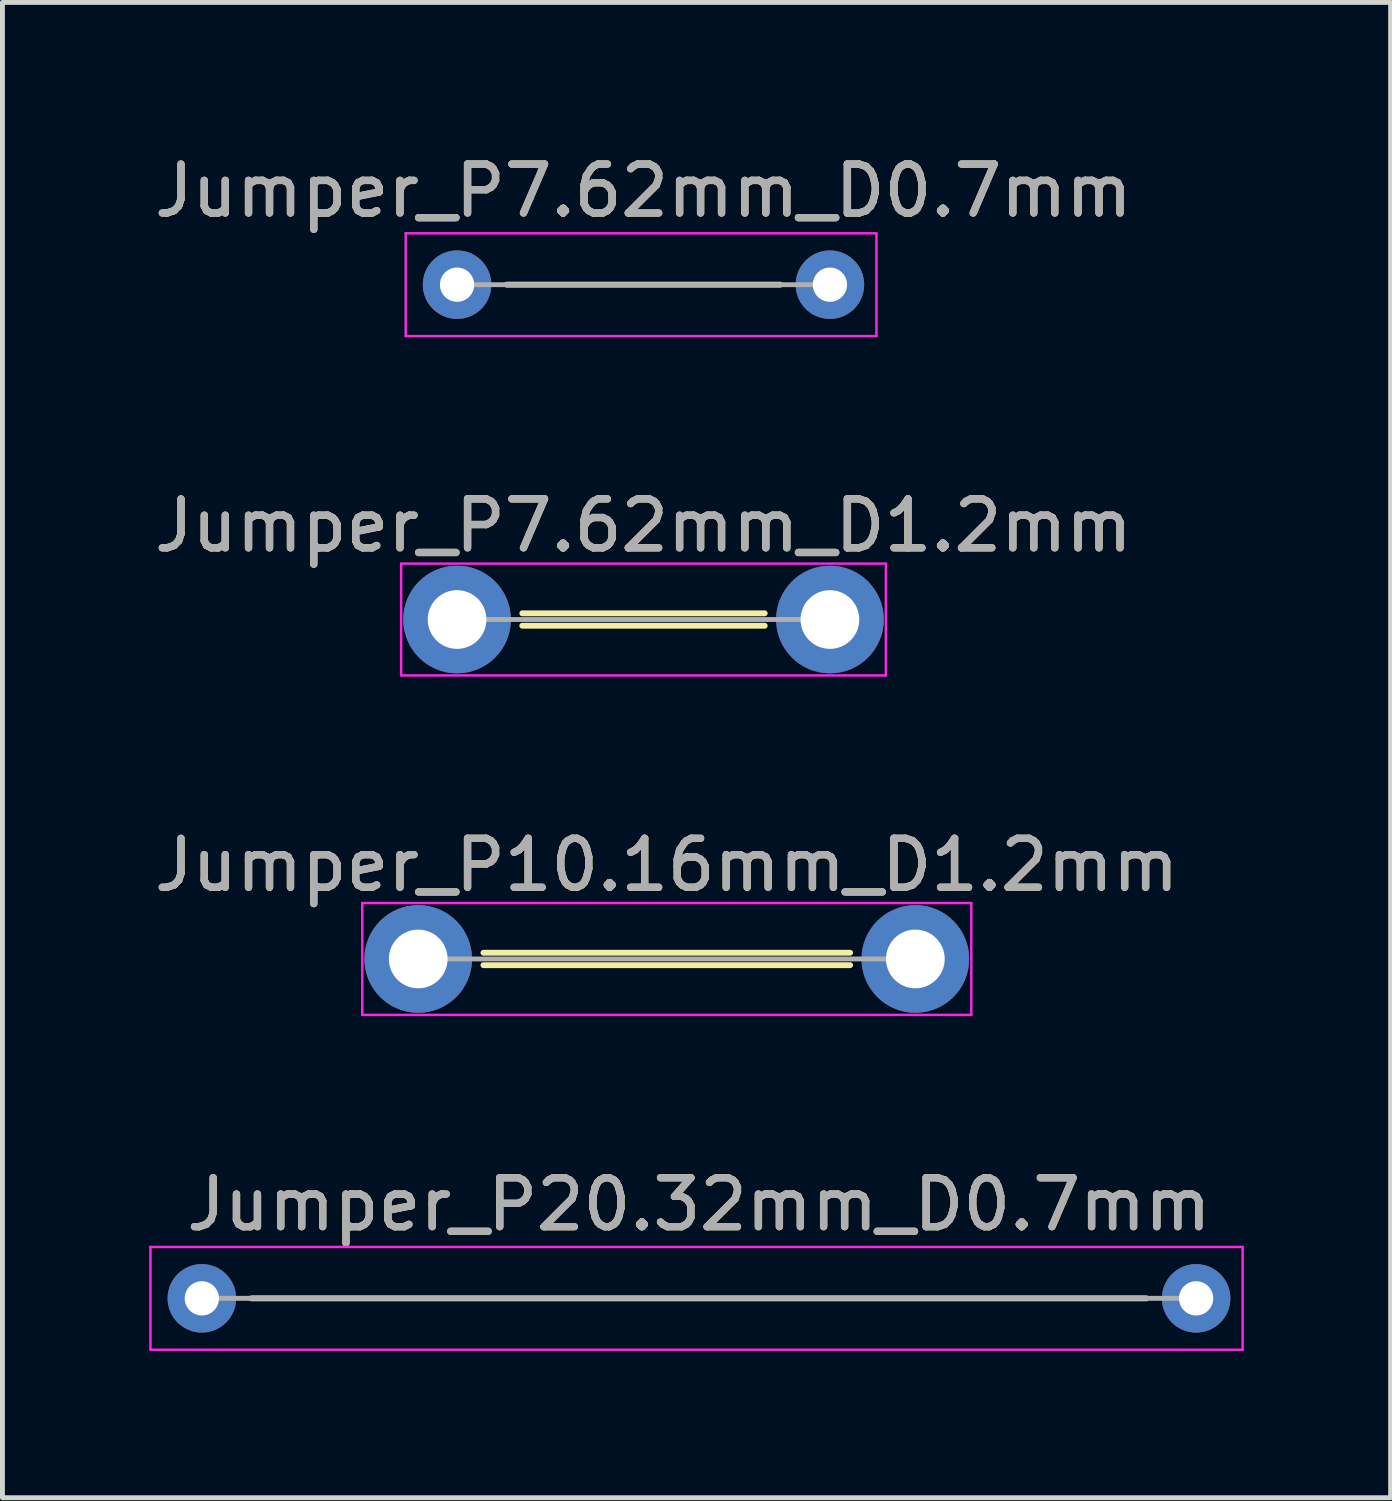
<source format=kicad_pcb>
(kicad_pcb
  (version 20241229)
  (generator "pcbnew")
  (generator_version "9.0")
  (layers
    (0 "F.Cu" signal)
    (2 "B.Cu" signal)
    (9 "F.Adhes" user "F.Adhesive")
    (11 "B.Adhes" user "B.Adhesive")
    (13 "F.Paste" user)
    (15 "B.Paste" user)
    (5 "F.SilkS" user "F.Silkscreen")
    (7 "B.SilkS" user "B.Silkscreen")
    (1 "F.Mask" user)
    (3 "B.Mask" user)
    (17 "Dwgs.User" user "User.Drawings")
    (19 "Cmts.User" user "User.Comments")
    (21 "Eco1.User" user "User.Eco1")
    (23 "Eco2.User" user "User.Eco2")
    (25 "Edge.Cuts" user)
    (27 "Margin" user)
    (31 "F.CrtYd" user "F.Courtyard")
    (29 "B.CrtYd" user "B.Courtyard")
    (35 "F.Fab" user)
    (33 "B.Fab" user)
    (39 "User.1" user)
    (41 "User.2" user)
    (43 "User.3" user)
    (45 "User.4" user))
  (footprint "Jumper_P20.32mm_D0.7mm"
    (layer "F.Cu")
    (at 1.075 23.484)
    (property "Reference" "Jumper_P20.32mm_D0.7mm" (at 10.16 -1.92 0) (layer "F.SilkS") (effects (font (size 1 1) (thickness 0.15))))
    (attr through_hole)
    (fp_line (start 1.016 0) (end 19.304 0) (stroke (width 0.12) (type solid)) (layer "F.SilkS"))
    (fp_line (start -1.05 -1.05) (end -1.05 1.05) (stroke (width 0.05) (type solid)) (layer "F.CrtYd"))
    (fp_line (start -1.05 1.05) (end 21.27 1.05) (stroke (width 0.05) (type solid)) (layer "F.CrtYd"))
    (fp_line (start 21.27 -1.05) (end -1.05 -1.05) (stroke (width 0.05) (type solid)) (layer "F.CrtYd"))
    (fp_line (start 21.27 1.05) (end 21.27 -1.05) (stroke (width 0.05) (type solid)) (layer "F.CrtYd"))
    (fp_line (start 0 0) (end 20.32 0) (stroke (width 0.1) (type solid)) (layer "F.Fab"))
    (fp_text user "${REFERENCE}" (at 10.16 -1.92 0) (layer "F.Fab") (effects (font (size 1 1) (thickness 0.15))))
    (pad "1" thru_hole circle (at 0 0) (size 1.4 1.4) (drill 0.7) (layers "*.Cu" "*.Mask"))
    (pad "2" thru_hole oval (at 20.32 0) (size 1.4 1.4) (drill 0.7) (layers "*.Cu" "*.Mask")))
  (footprint "Jumper_P7.62mm_D0.7mm"
    (layer "F.Cu")
    (at 6.291 2.768)
    (property "Reference" "Jumper_P7.62mm_D0.7mm" (at 3.81 -1.92 0) (layer "F.SilkS") (effects (font (size 1 1) (thickness 0.15))))
    (attr through_hole)
    (fp_line (start 1.016 0) (end 6.604 0) (stroke (width 0.12) (type solid)) (layer "F.SilkS"))
    (fp_line (start -1.05 -1.05) (end -1.05 1.05) (stroke (width 0.05) (type solid)) (layer "F.CrtYd"))
    (fp_line (start -1.05 1.05) (end 8.57 1.05) (stroke (width 0.05) (type solid)) (layer "F.CrtYd"))
    (fp_line (start 8.57 -1.05) (end -1.05 -1.05) (stroke (width 0.05) (type solid)) (layer "F.CrtYd"))
    (fp_line (start 8.57 1.05) (end 8.57 -1.05) (stroke (width 0.05) (type solid)) (layer "F.CrtYd"))
    (fp_line (start 0 0) (end 7.62 0) (stroke (width 0.1) (type solid)) (layer "F.Fab"))
    (fp_text user "${REFERENCE}" (at 3.81 -1.92 0) (layer "F.Fab") (effects (font (size 1 1) (thickness 0.15))))
    (pad "1" thru_hole circle (at 0 0) (size 1.4 1.4) (drill 0.7) (layers "*.Cu" "*.Mask"))
    (pad "2" thru_hole oval (at 7.62 0) (size 1.4 1.4) (drill 0.7) (layers "*.Cu" "*.Mask")))
  (footprint "Jumper_P7.62mm_D1.2mm"
    (layer "F.Cu")
    (at 6.291 9.611)
    (property "Reference" "Jumper_P7.62mm_D1.2mm" (at 3.81 -1.92 0) (layer "F.SilkS") (effects (font (size 1 1) (thickness 0.15))))
    (attr through_hole)
    (fp_line (start 1.333 -0.127) (end 6.287 -0.127) (stroke (width 0.12) (type solid)) (layer "F.SilkS"))
    (fp_line (start 1.333 0.127) (end 6.287 0.127) (stroke (width 0.12) (type solid)) (layer "F.SilkS"))
    (fp_line (start -1.143 -1.143) (end -1.143 1.143) (stroke (width 0.05) (type solid)) (layer "F.CrtYd"))
    (fp_line (start -1.143 1.143) (end 8.763 1.143) (stroke (width 0.05) (type solid)) (layer "F.CrtYd"))
    (fp_line (start 8.763 -1.143) (end -1.143 -1.143) (stroke (width 0.05) (type solid)) (layer "F.CrtYd"))
    (fp_line (start 8.763 1.143) (end 8.763 -1.143) (stroke (width 0.05) (type solid)) (layer "F.CrtYd"))
    (fp_line (start 0 0) (end 7.62 0) (stroke (width 0.1) (type solid)) (layer "F.Fab"))
    (fp_text user "${REFERENCE}" (at 3.81 -1.92 0) (layer "F.Fab") (effects (font (size 1 1) (thickness 0.15))))
    (pad "1" thru_hole circle (at 0 0) (size 2.2 2.2) (drill 1.2) (layers "*.Cu" "*.Mask"))
    (pad "2" thru_hole circle (at 7.62 0) (size 2.2 2.2) (drill 1.2) (layers "*.Cu" "*.Mask")))
  (footprint "Jumper_P10.16mm_D1.2mm"
    (layer "F.Cu")
    (at 5.497 16.548)
    (property "Reference" "Jumper_P10.16mm_D1.2mm" (at 5.08 -1.92 0) (layer "F.SilkS") (effects (font (size 1 1) (thickness 0.15))))
    (attr through_hole)
    (fp_line (start 1.333 -0.127) (end 8.826 -0.127) (stroke (width 0.12) (type solid)) (layer "F.SilkS"))
    (fp_line (start 1.333 0.127) (end 8.826 0.127) (stroke (width 0.12) (type solid)) (layer "F.SilkS"))
    (fp_line (start -1.143 -1.143) (end -1.143 1.143) (stroke (width 0.05) (type solid)) (layer "F.CrtYd"))
    (fp_line (start -1.143 1.143) (end 11.303 1.143) (stroke (width 0.05) (type solid)) (layer "F.CrtYd"))
    (fp_line (start 11.303 -1.143) (end -1.143 -1.143) (stroke (width 0.05) (type solid)) (layer "F.CrtYd"))
    (fp_line (start 11.303 1.143) (end 11.303 -1.143) (stroke (width 0.05) (type solid)) (layer "F.CrtYd"))
    (fp_line (start 0 0) (end 10.16 0) (stroke (width 0.1) (type solid)) (layer "F.Fab"))
    (fp_text user "${REFERENCE}" (at 5.08 -1.92 0) (layer "F.Fab") (effects (font (size 1 1) (thickness 0.15))))
    (pad "1" thru_hole circle (at 0 0) (size 2.2 2.2) (drill 1.2) (layers "*.Cu" "*.Mask"))
    (pad "2" thru_hole oval (at 10.16 0) (size 2.2 2.2) (drill 1.2) (layers "*.Cu" "*.Mask")))
  (gr_rect
    (start -3 -3)
    (end 25.37 27.559)
    (stroke (width 0.1) (type default))
    (fill no)
    (layer "Edge.Cuts")))
</source>
